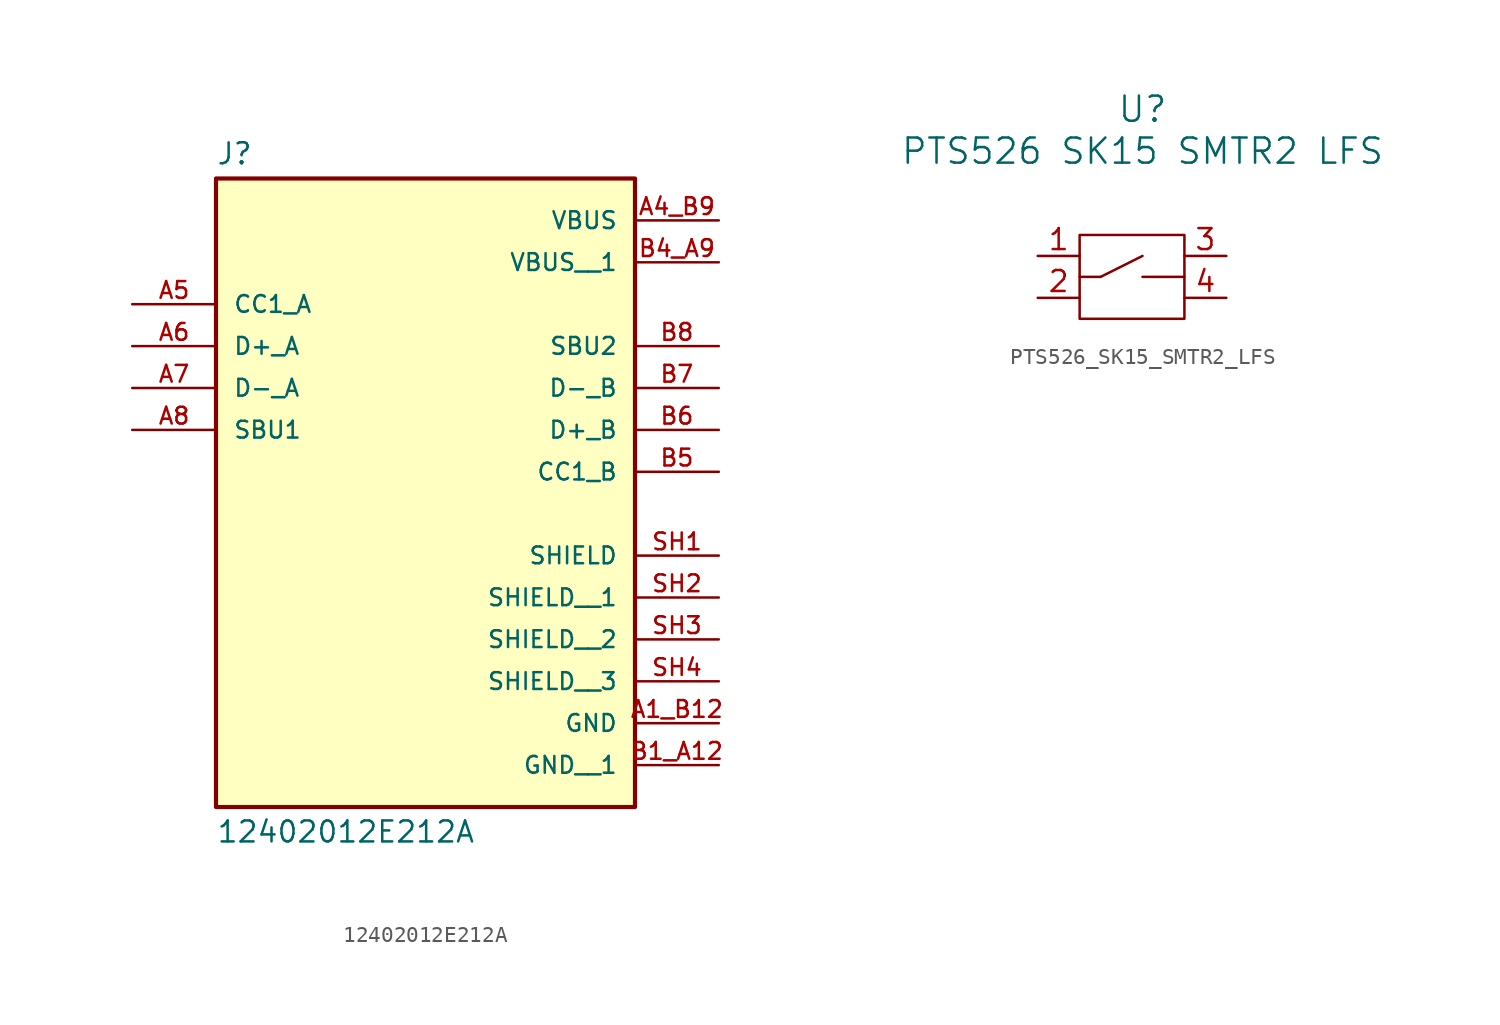
<source format=kicad_sym>
(kicad_symbol_lib
  (version 20231120)
  (generator "kicad_symbol_editor")
  (generator_version "8.0")
  (symbol "12402012E212A"
    (pin_names
      (offset 1.016))
    (property "Reference" "J"
      (at -12.7 13.462 0)
      (effects (font (size 1.27 1.27)) (justify left bottom)))
    (property "Value" "12402012E212A"
      (at -12.7 -26.162 0)
      (effects (font (size 1.27 1.27)) (justify left top)))
    (symbol "12402012E212A_0_0"
      (rectangle (start -12.7 -25.4) (end 12.7 12.7) (stroke (width 0.254) (type default)) (fill (type background)))
      (pin power_in line (at 17.78 -20.32 180) (length 5.08) (name "GND" (effects (font (size 1.016 1.016)))) (number "A1_B12" (effects (font (size 1.016 1.016)))))
      (pin power_in line (at 17.78 10.16 180) (length 5.08) (name "VBUS" (effects (font (size 1.016 1.016)))) (number "A4_B9" (effects (font (size 1.016 1.016)))))
      (pin bidirectional line (at -17.78 5.08 0) (length 5.08) (name "CC1_A" (effects (font (size 1.016 1.016)))) (number "A5" (effects (font (size 1.016 1.016)))))
      (pin bidirectional line (at -17.78 2.54 0) (length 5.08) (name "D+_A" (effects (font (size 1.016 1.016)))) (number "A6" (effects (font (size 1.016 1.016)))))
      (pin bidirectional line (at -17.78 0 0) (length 5.08) (name "D-_A" (effects (font (size 1.016 1.016)))) (number "A7" (effects (font (size 1.016 1.016)))))
      (pin bidirectional line (at -17.78 -2.54 0) (length 5.08) (name "SBU1" (effects (font (size 1.016 1.016)))) (number "A8" (effects (font (size 1.016 1.016)))))
      (pin power_in line (at 17.78 -22.86 180) (length 5.08) (name "GND__1" (effects (font (size 1.016 1.016)))) (number "B1_A12" (effects (font (size 1.016 1.016)))))
      (pin power_in line (at 17.78 7.62 180) (length 5.08) (name "VBUS__1" (effects (font (size 1.016 1.016)))) (number "B4_A9" (effects (font (size 1.016 1.016)))))
      (pin bidirectional line (at 17.78 -5.08 180) (length 5.08) (name "CC1_B" (effects (font (size 1.016 1.016)))) (number "B5" (effects (font (size 1.016 1.016)))))
      (pin bidirectional line (at 17.78 -2.54 180) (length 5.08) (name "D+_B" (effects (font (size 1.016 1.016)))) (number "B6" (effects (font (size 1.016 1.016)))))
      (pin bidirectional line (at 17.78 0 180) (length 5.08) (name "D-_B" (effects (font (size 1.016 1.016)))) (number "B7" (effects (font (size 1.016 1.016)))))
      (pin bidirectional line (at 17.78 2.54 180) (length 5.08) (name "SBU2" (effects (font (size 1.016 1.016)))) (number "B8" (effects (font (size 1.016 1.016)))))
      (pin passive line (at 17.78 -10.16 180) (length 5.08) (name "SHIELD" (effects (font (size 1.016 1.016)))) (number "SH1" (effects (font (size 1.016 1.016)))))
      (pin passive line (at 17.78 -12.7 180) (length 5.08) (name "SHIELD__1" (effects (font (size 1.016 1.016)))) (number "SH2" (effects (font (size 1.016 1.016)))))
      (pin passive line (at 17.78 -15.24 180) (length 5.08) (name "SHIELD__2" (effects (font (size 1.016 1.016)))) (number "SH3" (effects (font (size 1.016 1.016)))))
      (pin passive line (at 17.78 -17.78 180) (length 5.08) (name "SHIELD__3" (effects (font (size 1.016 1.016)))) (number "SH4" (effects (font (size 1.016 1.016)))))))
  (symbol "PTS526_SK15_SMTR2_LFS"
    (pin_names
      (offset 0.254))
    (property "Reference" "U"
      (at 20.32 10.16 0)
      (effects (font (size 1.524 1.524))))
    (property "Value" "PTS526 SK15 SMTR2 LFS"
      (at 20.32 7.62 0)
      (effects (font (size 1.524 1.524))))
    (property "ki_locked" ""
      (at 0 0 0)
      (effects (font (size 1.27 1.27))))
    (symbol "PTS526_SK15_SMTR2_LFS_1_1"
      (polyline (pts (xy 16.51 0) (xy 17.78 0)) (stroke (width 0) (type default)) (fill (type none)))
      (polyline (pts (xy 17.78 0) (xy 20.32 1.27)) (stroke (width 0) (type default)) (fill (type none)))
      (polyline (pts (xy 22.86 0) (xy 20.32 0)) (stroke (width 0) (type default)) (fill (type none)))
      (rectangle (start 16.51 2.54) (end 22.86 -2.54) (stroke (width 0) (type default)) (fill (type none)))
      (pin passive line (at 13.97 1.27 0) (length 2.54) (name "" (effects (font (size 1.27 1.27)))) (number "1" (effects (font (size 1.27 1.27)))))
      (pin passive line (at 13.97 -1.27 0) (length 2.54) (name "" (effects (font (size 1.27 1.27)))) (number "2" (effects (font (size 1.27 1.27)))))
      (pin passive line (at 25.4 1.27 180) (length 2.54) (name "" (effects (font (size 1.27 1.27)))) (number "3" (effects (font (size 1.27 1.27)))))
      (pin passive line (at 25.4 -1.27 180) (length 2.54) (name "" (effects (font (size 1.27 1.27)))) (number "4" (effects (font (size 1.27 1.27))))))))
</source>
